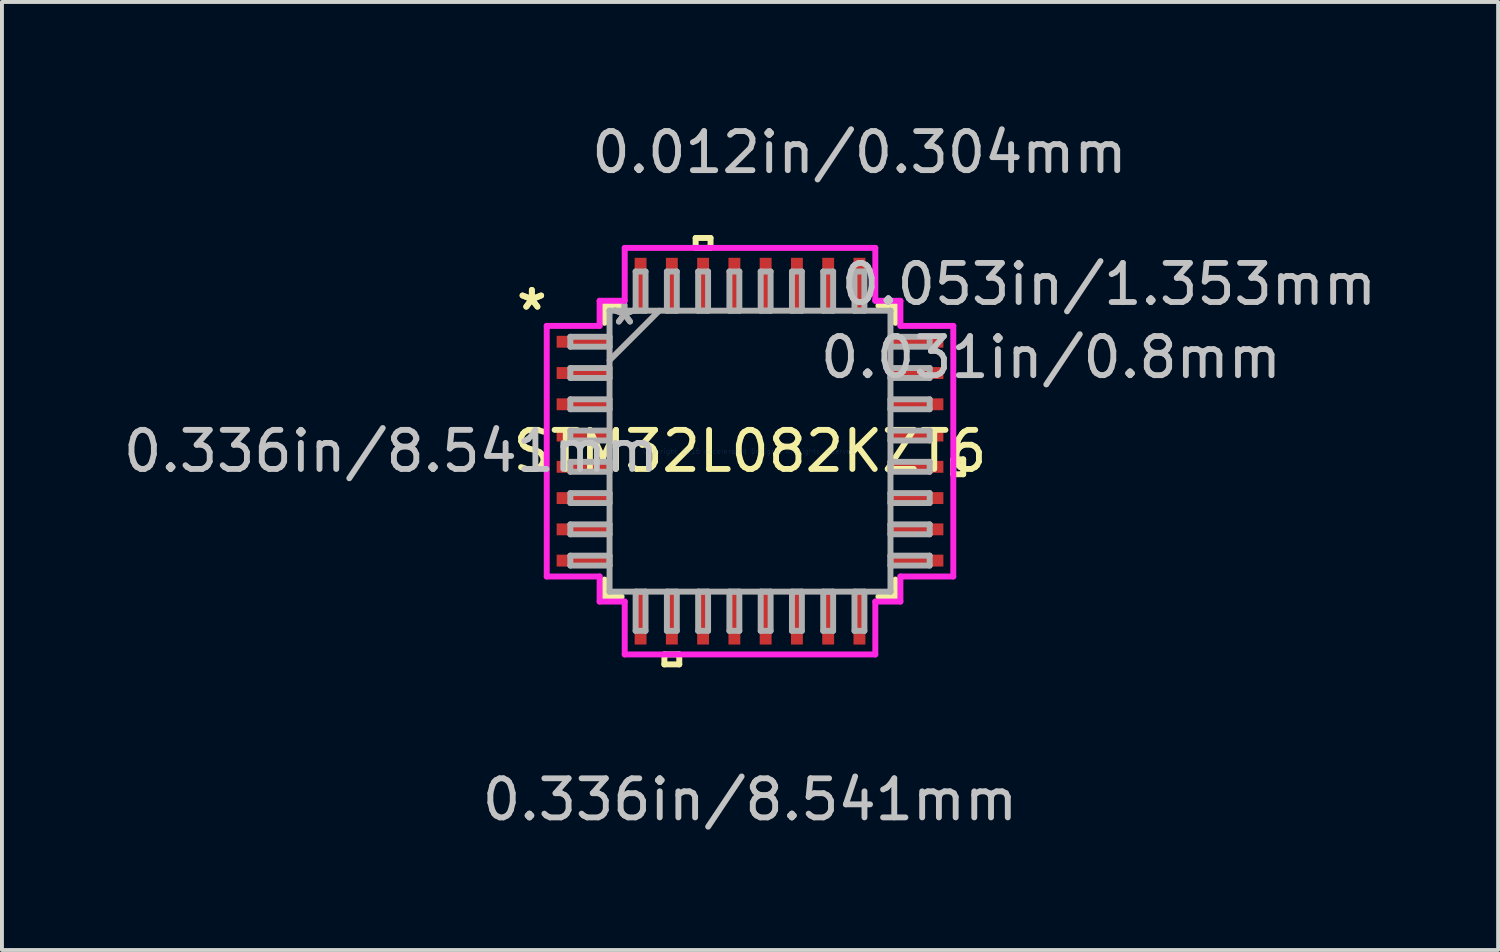
<source format=kicad_pcb>
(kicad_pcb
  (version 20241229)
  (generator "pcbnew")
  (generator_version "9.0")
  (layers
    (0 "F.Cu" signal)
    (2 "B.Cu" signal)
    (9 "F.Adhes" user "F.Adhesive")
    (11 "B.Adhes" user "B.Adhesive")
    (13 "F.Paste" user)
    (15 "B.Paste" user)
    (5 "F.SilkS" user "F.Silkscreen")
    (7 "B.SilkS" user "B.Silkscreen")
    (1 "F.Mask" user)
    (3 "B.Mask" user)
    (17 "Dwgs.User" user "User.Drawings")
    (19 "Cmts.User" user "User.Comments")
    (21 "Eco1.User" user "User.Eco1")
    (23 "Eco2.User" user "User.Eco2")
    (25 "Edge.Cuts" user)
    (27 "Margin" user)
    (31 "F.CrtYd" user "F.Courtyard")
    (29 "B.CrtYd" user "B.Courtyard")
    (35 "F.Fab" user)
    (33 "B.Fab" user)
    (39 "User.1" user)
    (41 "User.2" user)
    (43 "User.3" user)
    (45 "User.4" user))
  (footprint "STM32L082KZT6"
    (layer "F.Cu")
    (at 16.14 8.494)
    (property "Reference" "STM32L082KZT6" (at 0 0 0) (layer "F.SilkS") (effects (font (size 1 1) (thickness 0.15))))
    (attr through_hole)
    (fp_line (start -3.721 -3.721) (end -3.721 -3.285) (stroke (width 0.152) (type solid)) (layer "F.SilkS"))
    (fp_line (start -3.721 3.285) (end -3.721 3.721) (stroke (width 0.152) (type solid)) (layer "F.SilkS"))
    (fp_line (start -3.721 3.721) (end -3.285 3.721) (stroke (width 0.152) (type solid)) (layer "F.SilkS"))
    (fp_line (start -3.285 -3.721) (end -3.721 -3.721) (stroke (width 0.152) (type solid)) (layer "F.SilkS"))
    (fp_line (start -2.191 5.201) (end -2.191 5.455) (stroke (width 0.152) (type solid)) (layer "F.SilkS"))
    (fp_line (start -2.191 5.455) (end -1.81 5.455) (stroke (width 0.152) (type solid)) (layer "F.SilkS"))
    (fp_line (start -1.81 5.201) (end -2.191 5.201) (stroke (width 0.152) (type solid)) (layer "F.SilkS"))
    (fp_line (start -1.81 5.455) (end -1.81 5.201) (stroke (width 0.152) (type solid)) (layer "F.SilkS"))
    (fp_line (start -1.391 -5.455) (end -1.01 -5.455) (stroke (width 0.152) (type solid)) (layer "F.SilkS"))
    (fp_line (start -1.391 -5.201) (end -1.391 -5.455) (stroke (width 0.152) (type solid)) (layer "F.SilkS"))
    (fp_line (start -1.01 -5.455) (end -1.01 -5.201) (stroke (width 0.152) (type solid)) (layer "F.SilkS"))
    (fp_line (start -1.01 -5.201) (end -1.391 -5.201) (stroke (width 0.152) (type solid)) (layer "F.SilkS"))
    (fp_line (start 3.285 3.721) (end 3.721 3.721) (stroke (width 0.152) (type solid)) (layer "F.SilkS"))
    (fp_line (start 3.721 -3.721) (end 3.285 -3.721) (stroke (width 0.152) (type solid)) (layer "F.SilkS"))
    (fp_line (start 3.721 -3.285) (end 3.721 -3.721) (stroke (width 0.152) (type solid)) (layer "F.SilkS"))
    (fp_line (start 3.721 3.721) (end 3.721 3.285) (stroke (width 0.152) (type solid)) (layer "F.SilkS"))
    (fp_line (start 5.201 0.209) (end 5.455 0.209) (stroke (width 0.152) (type solid)) (layer "F.SilkS"))
    (fp_line (start 5.201 0.59) (end 5.201 0.209) (stroke (width 0.152) (type solid)) (layer "F.SilkS"))
    (fp_line (start 5.455 0.209) (end 5.455 0.59) (stroke (width 0.152) (type solid)) (layer "F.SilkS"))
    (fp_line (start 5.455 0.59) (end 5.201 0.59) (stroke (width 0.152) (type solid)) (layer "F.SilkS"))
    (fp_line (start -5.201 -3.206) (end -3.848 -3.206) (stroke (width 0.152) (type solid)) (layer "F.CrtYd"))
    (fp_line (start -5.201 3.206) (end -5.201 -3.206) (stroke (width 0.152) (type solid)) (layer "F.CrtYd"))
    (fp_line (start -3.848 -3.848) (end -3.206 -3.848) (stroke (width 0.152) (type solid)) (layer "F.CrtYd"))
    (fp_line (start -3.848 -3.206) (end -3.848 -3.848) (stroke (width 0.152) (type solid)) (layer "F.CrtYd"))
    (fp_line (start -3.848 3.206) (end -5.201 3.206) (stroke (width 0.152) (type solid)) (layer "F.CrtYd"))
    (fp_line (start -3.848 3.848) (end -3.848 3.206) (stroke (width 0.152) (type solid)) (layer "F.CrtYd"))
    (fp_line (start -3.206 -5.201) (end 3.206 -5.201) (stroke (width 0.152) (type solid)) (layer "F.CrtYd"))
    (fp_line (start -3.206 -3.848) (end -3.206 -5.201) (stroke (width 0.152) (type solid)) (layer "F.CrtYd"))
    (fp_line (start -3.206 3.848) (end -3.848 3.848) (stroke (width 0.152) (type solid)) (layer "F.CrtYd"))
    (fp_line (start -3.206 5.201) (end -3.206 3.848) (stroke (width 0.152) (type solid)) (layer "F.CrtYd"))
    (fp_line (start 3.206 -5.201) (end 3.206 -3.848) (stroke (width 0.152) (type solid)) (layer "F.CrtYd"))
    (fp_line (start 3.206 -3.848) (end 3.848 -3.848) (stroke (width 0.152) (type solid)) (layer "F.CrtYd"))
    (fp_line (start 3.206 3.848) (end 3.206 5.201) (stroke (width 0.152) (type solid)) (layer "F.CrtYd"))
    (fp_line (start 3.206 5.201) (end -3.206 5.201) (stroke (width 0.152) (type solid)) (layer "F.CrtYd"))
    (fp_line (start 3.848 -3.848) (end 3.848 -3.206) (stroke (width 0.152) (type solid)) (layer "F.CrtYd"))
    (fp_line (start 3.848 -3.206) (end 5.201 -3.206) (stroke (width 0.152) (type solid)) (layer "F.CrtYd"))
    (fp_line (start 3.848 3.206) (end 3.848 3.848) (stroke (width 0.152) (type solid)) (layer "F.CrtYd"))
    (fp_line (start 3.848 3.848) (end 3.206 3.848) (stroke (width 0.152) (type solid)) (layer "F.CrtYd"))
    (fp_line (start 5.201 -3.206) (end 5.201 3.206) (stroke (width 0.152) (type solid)) (layer "F.CrtYd"))
    (fp_line (start 5.201 3.206) (end 3.848 3.206) (stroke (width 0.152) (type solid)) (layer "F.CrtYd"))
    (fp_line (start -4.597 -2.927) (end -4.597 -2.673) (stroke (width 0.152) (type solid)) (layer "F.Fab"))
    (fp_line (start -4.597 -2.673) (end -3.594 -2.673) (stroke (width 0.152) (type solid)) (layer "F.Fab"))
    (fp_line (start -4.597 -2.127) (end -4.597 -1.873) (stroke (width 0.152) (type solid)) (layer "F.Fab"))
    (fp_line (start -4.597 -1.873) (end -3.594 -1.873) (stroke (width 0.152) (type solid)) (layer "F.Fab"))
    (fp_line (start -4.597 -1.327) (end -4.597 -1.073) (stroke (width 0.152) (type solid)) (layer "F.Fab"))
    (fp_line (start -4.597 -1.073) (end -3.594 -1.073) (stroke (width 0.152) (type solid)) (layer "F.Fab"))
    (fp_line (start -4.597 -0.527) (end -4.597 -0.273) (stroke (width 0.152) (type solid)) (layer "F.Fab"))
    (fp_line (start -4.597 -0.273) (end -3.594 -0.273) (stroke (width 0.152) (type solid)) (layer "F.Fab"))
    (fp_line (start -4.597 0.273) (end -4.597 0.527) (stroke (width 0.152) (type solid)) (layer "F.Fab"))
    (fp_line (start -4.597 0.527) (end -3.594 0.527) (stroke (width 0.152) (type solid)) (layer "F.Fab"))
    (fp_line (start -4.597 1.073) (end -4.597 1.327) (stroke (width 0.152) (type solid)) (layer "F.Fab"))
    (fp_line (start -4.597 1.327) (end -3.594 1.327) (stroke (width 0.152) (type solid)) (layer "F.Fab"))
    (fp_line (start -4.597 1.873) (end -4.597 2.127) (stroke (width 0.152) (type solid)) (layer "F.Fab"))
    (fp_line (start -4.597 2.127) (end -3.594 2.127) (stroke (width 0.152) (type solid)) (layer "F.Fab"))
    (fp_line (start -4.597 2.673) (end -4.597 2.927) (stroke (width 0.152) (type solid)) (layer "F.Fab"))
    (fp_line (start -4.597 2.927) (end -3.594 2.927) (stroke (width 0.152) (type solid)) (layer "F.Fab"))
    (fp_line (start -3.594 -3.594) (end -3.594 -3.594) (stroke (width 0.152) (type solid)) (layer "F.Fab"))
    (fp_line (start -3.594 -3.594) (end -3.594 3.594) (stroke (width 0.152) (type solid)) (layer "F.Fab"))
    (fp_line (start -3.594 -2.927) (end -4.597 -2.927) (stroke (width 0.152) (type solid)) (layer "F.Fab"))
    (fp_line (start -3.594 -2.673) (end -3.594 -2.927) (stroke (width 0.152) (type solid)) (layer "F.Fab"))
    (fp_line (start -3.594 -2.324) (end -2.324 -3.594) (stroke (width 0.152) (type solid)) (layer "F.Fab"))
    (fp_line (start -3.594 -2.127) (end -4.597 -2.127) (stroke (width 0.152) (type solid)) (layer "F.Fab"))
    (fp_line (start -3.594 -1.873) (end -3.594 -2.127) (stroke (width 0.152) (type solid)) (layer "F.Fab"))
    (fp_line (start -3.594 -1.327) (end -4.597 -1.327) (stroke (width 0.152) (type solid)) (layer "F.Fab"))
    (fp_line (start -3.594 -1.073) (end -3.594 -1.327) (stroke (width 0.152) (type solid)) (layer "F.Fab"))
    (fp_line (start -3.594 -0.527) (end -4.597 -0.527) (stroke (width 0.152) (type solid)) (layer "F.Fab"))
    (fp_line (start -3.594 -0.273) (end -3.594 -0.527) (stroke (width 0.152) (type solid)) (layer "F.Fab"))
    (fp_line (start -3.594 0.273) (end -4.597 0.273) (stroke (width 0.152) (type solid)) (layer "F.Fab"))
    (fp_line (start -3.594 0.527) (end -3.594 0.273) (stroke (width 0.152) (type solid)) (layer "F.Fab"))
    (fp_line (start -3.594 1.073) (end -4.597 1.073) (stroke (width 0.152) (type solid)) (layer "F.Fab"))
    (fp_line (start -3.594 1.327) (end -3.594 1.073) (stroke (width 0.152) (type solid)) (layer "F.Fab"))
    (fp_line (start -3.594 1.873) (end -4.597 1.873) (stroke (width 0.152) (type solid)) (layer "F.Fab"))
    (fp_line (start -3.594 2.127) (end -3.594 1.873) (stroke (width 0.152) (type solid)) (layer "F.Fab"))
    (fp_line (start -3.594 2.673) (end -4.597 2.673) (stroke (width 0.152) (type solid)) (layer "F.Fab"))
    (fp_line (start -3.594 2.927) (end -3.594 2.673) (stroke (width 0.152) (type solid)) (layer "F.Fab"))
    (fp_line (start -3.594 3.594) (end -3.594 3.594) (stroke (width 0.152) (type solid)) (layer "F.Fab"))
    (fp_line (start -3.594 3.594) (end 3.594 3.594) (stroke (width 0.152) (type solid)) (layer "F.Fab"))
    (fp_line (start -2.927 -4.597) (end -2.927 -3.594) (stroke (width 0.152) (type solid)) (layer "F.Fab"))
    (fp_line (start -2.927 -3.594) (end -2.673 -3.594) (stroke (width 0.152) (type solid)) (layer "F.Fab"))
    (fp_line (start -2.927 3.594) (end -2.927 4.597) (stroke (width 0.152) (type solid)) (layer "F.Fab"))
    (fp_line (start -2.927 4.597) (end -2.673 4.597) (stroke (width 0.152) (type solid)) (layer "F.Fab"))
    (fp_line (start -2.673 -4.597) (end -2.927 -4.597) (stroke (width 0.152) (type solid)) (layer "F.Fab"))
    (fp_line (start -2.673 -3.594) (end -2.673 -4.597) (stroke (width 0.152) (type solid)) (layer "F.Fab"))
    (fp_line (start -2.673 3.594) (end -2.927 3.594) (stroke (width 0.152) (type solid)) (layer "F.Fab"))
    (fp_line (start -2.673 4.597) (end -2.673 3.594) (stroke (width 0.152) (type solid)) (layer "F.Fab"))
    (fp_line (start -2.127 -4.597) (end -2.127 -3.594) (stroke (width 0.152) (type solid)) (layer "F.Fab"))
    (fp_line (start -2.127 -3.594) (end -1.873 -3.594) (stroke (width 0.152) (type solid)) (layer "F.Fab"))
    (fp_line (start -2.127 3.594) (end -2.127 4.597) (stroke (width 0.152) (type solid)) (layer "F.Fab"))
    (fp_line (start -2.127 4.597) (end -1.873 4.597) (stroke (width 0.152) (type solid)) (layer "F.Fab"))
    (fp_line (start -1.873 -4.597) (end -2.127 -4.597) (stroke (width 0.152) (type solid)) (layer "F.Fab"))
    (fp_line (start -1.873 -3.594) (end -1.873 -4.597) (stroke (width 0.152) (type solid)) (layer "F.Fab"))
    (fp_line (start -1.873 3.594) (end -2.127 3.594) (stroke (width 0.152) (type solid)) (layer "F.Fab"))
    (fp_line (start -1.873 4.597) (end -1.873 3.594) (stroke (width 0.152) (type solid)) (layer "F.Fab"))
    (fp_line (start -1.327 -4.597) (end -1.327 -3.594) (stroke (width 0.152) (type solid)) (layer "F.Fab"))
    (fp_line (start -1.327 -3.594) (end -1.073 -3.594) (stroke (width 0.152) (type solid)) (layer "F.Fab"))
    (fp_line (start -1.327 3.594) (end -1.327 4.597) (stroke (width 0.152) (type solid)) (layer "F.Fab"))
    (fp_line (start -1.327 4.597) (end -1.073 4.597) (stroke (width 0.152) (type solid)) (layer "F.Fab"))
    (fp_line (start -1.073 -4.597) (end -1.327 -4.597) (stroke (width 0.152) (type solid)) (layer "F.Fab"))
    (fp_line (start -1.073 -3.594) (end -1.073 -4.597) (stroke (width 0.152) (type solid)) (layer "F.Fab"))
    (fp_line (start -1.073 3.594) (end -1.327 3.594) (stroke (width 0.152) (type solid)) (layer "F.Fab"))
    (fp_line (start -1.073 4.597) (end -1.073 3.594) (stroke (width 0.152) (type solid)) (layer "F.Fab"))
    (fp_line (start -0.527 -4.597) (end -0.527 -3.594) (stroke (width 0.152) (type solid)) (layer "F.Fab"))
    (fp_line (start -0.527 -3.594) (end -0.273 -3.594) (stroke (width 0.152) (type solid)) (layer "F.Fab"))
    (fp_line (start -0.527 3.594) (end -0.527 4.597) (stroke (width 0.152) (type solid)) (layer "F.Fab"))
    (fp_line (start -0.527 4.597) (end -0.273 4.597) (stroke (width 0.152) (type solid)) (layer "F.Fab"))
    (fp_line (start -0.273 -4.597) (end -0.527 -4.597) (stroke (width 0.152) (type solid)) (layer "F.Fab"))
    (fp_line (start -0.273 -3.594) (end -0.273 -4.597) (stroke (width 0.152) (type solid)) (layer "F.Fab"))
    (fp_line (start -0.273 3.594) (end -0.527 3.594) (stroke (width 0.152) (type solid)) (layer "F.Fab"))
    (fp_line (start -0.273 4.597) (end -0.273 3.594) (stroke (width 0.152) (type solid)) (layer "F.Fab"))
    (fp_line (start 0.273 -4.597) (end 0.273 -3.594) (stroke (width 0.152) (type solid)) (layer "F.Fab"))
    (fp_line (start 0.273 -3.594) (end 0.527 -3.594) (stroke (width 0.152) (type solid)) (layer "F.Fab"))
    (fp_line (start 0.273 3.594) (end 0.273 4.597) (stroke (width 0.152) (type solid)) (layer "F.Fab"))
    (fp_line (start 0.273 4.597) (end 0.527 4.597) (stroke (width 0.152) (type solid)) (layer "F.Fab"))
    (fp_line (start 0.527 -4.597) (end 0.273 -4.597) (stroke (width 0.152) (type solid)) (layer "F.Fab"))
    (fp_line (start 0.527 -3.594) (end 0.527 -4.597) (stroke (width 0.152) (type solid)) (layer "F.Fab"))
    (fp_line (start 0.527 3.594) (end 0.273 3.594) (stroke (width 0.152) (type solid)) (layer "F.Fab"))
    (fp_line (start 0.527 4.597) (end 0.527 3.594) (stroke (width 0.152) (type solid)) (layer "F.Fab"))
    (fp_line (start 1.073 -4.597) (end 1.073 -3.594) (stroke (width 0.152) (type solid)) (layer "F.Fab"))
    (fp_line (start 1.073 -3.594) (end 1.327 -3.594) (stroke (width 0.152) (type solid)) (layer "F.Fab"))
    (fp_line (start 1.073 3.594) (end 1.073 4.597) (stroke (width 0.152) (type solid)) (layer "F.Fab"))
    (fp_line (start 1.073 4.597) (end 1.327 4.597) (stroke (width 0.152) (type solid)) (layer "F.Fab"))
    (fp_line (start 1.327 -4.597) (end 1.073 -4.597) (stroke (width 0.152) (type solid)) (layer "F.Fab"))
    (fp_line (start 1.327 -3.594) (end 1.327 -4.597) (stroke (width 0.152) (type solid)) (layer "F.Fab"))
    (fp_line (start 1.327 3.594) (end 1.073 3.594) (stroke (width 0.152) (type solid)) (layer "F.Fab"))
    (fp_line (start 1.327 4.597) (end 1.327 3.594) (stroke (width 0.152) (type solid)) (layer "F.Fab"))
    (fp_line (start 1.873 -4.597) (end 1.873 -3.594) (stroke (width 0.152) (type solid)) (layer "F.Fab"))
    (fp_line (start 1.873 -3.594) (end 2.127 -3.594) (stroke (width 0.152) (type solid)) (layer "F.Fab"))
    (fp_line (start 1.873 3.594) (end 1.873 4.597) (stroke (width 0.152) (type solid)) (layer "F.Fab"))
    (fp_line (start 1.873 4.597) (end 2.127 4.597) (stroke (width 0.152) (type solid)) (layer "F.Fab"))
    (fp_line (start 2.127 -4.597) (end 1.873 -4.597) (stroke (width 0.152) (type solid)) (layer "F.Fab"))
    (fp_line (start 2.127 -3.594) (end 2.127 -4.597) (stroke (width 0.152) (type solid)) (layer "F.Fab"))
    (fp_line (start 2.127 3.594) (end 1.873 3.594) (stroke (width 0.152) (type solid)) (layer "F.Fab"))
    (fp_line (start 2.127 4.597) (end 2.127 3.594) (stroke (width 0.152) (type solid)) (layer "F.Fab"))
    (fp_line (start 2.673 -4.597) (end 2.673 -3.594) (stroke (width 0.152) (type solid)) (layer "F.Fab"))
    (fp_line (start 2.673 -3.594) (end 2.927 -3.594) (stroke (width 0.152) (type solid)) (layer "F.Fab"))
    (fp_line (start 2.673 3.594) (end 2.673 4.597) (stroke (width 0.152) (type solid)) (layer "F.Fab"))
    (fp_line (start 2.673 4.597) (end 2.927 4.597) (stroke (width 0.152) (type solid)) (layer "F.Fab"))
    (fp_line (start 2.927 -4.597) (end 2.673 -4.597) (stroke (width 0.152) (type solid)) (layer "F.Fab"))
    (fp_line (start 2.927 -3.594) (end 2.927 -4.597) (stroke (width 0.152) (type solid)) (layer "F.Fab"))
    (fp_line (start 2.927 3.594) (end 2.673 3.594) (stroke (width 0.152) (type solid)) (layer "F.Fab"))
    (fp_line (start 2.927 4.597) (end 2.927 3.594) (stroke (width 0.152) (type solid)) (layer "F.Fab"))
    (fp_line (start 3.594 -3.594) (end -3.594 -3.594) (stroke (width 0.152) (type solid)) (layer "F.Fab"))
    (fp_line (start 3.594 -3.594) (end 3.594 -3.594) (stroke (width 0.152) (type solid)) (layer "F.Fab"))
    (fp_line (start 3.594 -2.927) (end 3.594 -2.673) (stroke (width 0.152) (type solid)) (layer "F.Fab"))
    (fp_line (start 3.594 -2.673) (end 4.597 -2.673) (stroke (width 0.152) (type solid)) (layer "F.Fab"))
    (fp_line (start 3.594 -2.127) (end 3.594 -1.873) (stroke (width 0.152) (type solid)) (layer "F.Fab"))
    (fp_line (start 3.594 -1.873) (end 4.597 -1.873) (stroke (width 0.152) (type solid)) (layer "F.Fab"))
    (fp_line (start 3.594 -1.327) (end 3.594 -1.073) (stroke (width 0.152) (type solid)) (layer "F.Fab"))
    (fp_line (start 3.594 -1.073) (end 4.597 -1.073) (stroke (width 0.152) (type solid)) (layer "F.Fab"))
    (fp_line (start 3.594 -0.527) (end 3.594 -0.273) (stroke (width 0.152) (type solid)) (layer "F.Fab"))
    (fp_line (start 3.594 -0.273) (end 4.597 -0.273) (stroke (width 0.152) (type solid)) (layer "F.Fab"))
    (fp_line (start 3.594 0.273) (end 3.594 0.527) (stroke (width 0.152) (type solid)) (layer "F.Fab"))
    (fp_line (start 3.594 0.527) (end 4.597 0.527) (stroke (width 0.152) (type solid)) (layer "F.Fab"))
    (fp_line (start 3.594 1.073) (end 3.594 1.327) (stroke (width 0.152) (type solid)) (layer "F.Fab"))
    (fp_line (start 3.594 1.327) (end 4.597 1.327) (stroke (width 0.152) (type solid)) (layer "F.Fab"))
    (fp_line (start 3.594 1.873) (end 3.594 2.127) (stroke (width 0.152) (type solid)) (layer "F.Fab"))
    (fp_line (start 3.594 2.127) (end 4.597 2.127) (stroke (width 0.152) (type solid)) (layer "F.Fab"))
    (fp_line (start 3.594 2.673) (end 3.594 2.927) (stroke (width 0.152) (type solid)) (layer "F.Fab"))
    (fp_line (start 3.594 2.927) (end 4.597 2.927) (stroke (width 0.152) (type solid)) (layer "F.Fab"))
    (fp_line (start 3.594 3.594) (end 3.594 -3.594) (stroke (width 0.152) (type solid)) (layer "F.Fab"))
    (fp_line (start 3.594 3.594) (end 3.594 3.594) (stroke (width 0.152) (type solid)) (layer "F.Fab"))
    (fp_line (start 4.597 -2.927) (end 3.594 -2.927) (stroke (width 0.152) (type solid)) (layer "F.Fab"))
    (fp_line (start 4.597 -2.673) (end 4.597 -2.927) (stroke (width 0.152) (type solid)) (layer "F.Fab"))
    (fp_line (start 4.597 -2.127) (end 3.594 -2.127) (stroke (width 0.152) (type solid)) (layer "F.Fab"))
    (fp_line (start 4.597 -1.873) (end 4.597 -2.127) (stroke (width 0.152) (type solid)) (layer "F.Fab"))
    (fp_line (start 4.597 -1.327) (end 3.594 -1.327) (stroke (width 0.152) (type solid)) (layer "F.Fab"))
    (fp_line (start 4.597 -1.073) (end 4.597 -1.327) (stroke (width 0.152) (type solid)) (layer "F.Fab"))
    (fp_line (start 4.597 -0.527) (end 3.594 -0.527) (stroke (width 0.152) (type solid)) (layer "F.Fab"))
    (fp_line (start 4.597 -0.273) (end 4.597 -0.527) (stroke (width 0.152) (type solid)) (layer "F.Fab"))
    (fp_line (start 4.597 0.273) (end 3.594 0.273) (stroke (width 0.152) (type solid)) (layer "F.Fab"))
    (fp_line (start 4.597 0.527) (end 4.597 0.273) (stroke (width 0.152) (type solid)) (layer "F.Fab"))
    (fp_line (start 4.597 1.073) (end 3.594 1.073) (stroke (width 0.152) (type solid)) (layer "F.Fab"))
    (fp_line (start 4.597 1.327) (end 4.597 1.073) (stroke (width 0.152) (type solid)) (layer "F.Fab"))
    (fp_line (start 4.597 1.873) (end 3.594 1.873) (stroke (width 0.152) (type solid)) (layer "F.Fab"))
    (fp_line (start 4.597 2.127) (end 4.597 1.873) (stroke (width 0.152) (type solid)) (layer "F.Fab"))
    (fp_line (start 4.597 2.673) (end 3.594 2.673) (stroke (width 0.152) (type solid)) (layer "F.Fab"))
    (fp_line (start 4.597 2.927) (end 4.597 2.673) (stroke (width 0.152) (type solid)) (layer "F.Fab"))
    (fp_text user "*" (at -5.582 -3.581 0) (layer "F.SilkS") (effects (font (size 1 1) (thickness 0.15))))
    (fp_text user "*" (at -5.582 -3.581 0) (layer "F.SilkS") (effects (font (size 1 1) (thickness 0.15))))
    (fp_text user "0.053in/1.353mm" (at 9.182 -4.271 0) (layer "Dwgs.User") (effects (font (size 1 1) (thickness 0.15))))
    (fp_text user "0.336in/8.541mm" (at -9.182 0 0) (layer "Dwgs.User") (effects (font (size 1 1) (thickness 0.15))))
    (fp_text user "0.336in/8.541mm" (at 0 8.915 0) (layer "Dwgs.User") (effects (font (size 1 1) (thickness 0.15))))
    (fp_text user "0.012in/0.304mm" (at 2.8 -7.645 0) (layer "Dwgs.User") (effects (font (size 1 1) (thickness 0.15))))
    (fp_text user "0.031in/0.8mm" (at 7.7 -2.4 0) (layer "Dwgs.User") (effects (font (size 1 1) (thickness 0.15))))
    (fp_text user "Copyright 2016 Accelerated Designs. All rights reserved." (at 0 0 0) (layer "Cmts.User") (effects (font (size 0.127 0.127) (thickness 0.002))))
    (fp_text user "*" (at -3.213 -3.2 0) (layer "F.Fab") (effects (font (size 1 1) (thickness 0.15))))
    (fp_text user "*" (at -3.213 -3.2 0) (layer "F.Fab") (effects (font (size 1 1) (thickness 0.15))))
    (pad "1" smd rect (at -4.271 -2.8 90) (size 0.304 1.353) (layers "F.Cu" "F.Mask" "F.Paste"))
    (pad "2" smd rect (at -4.271 -2 90) (size 0.304 1.353) (layers "F.Cu" "F.Mask" "F.Paste"))
    (pad "3" smd rect (at -4.271 -1.2 90) (size 0.304 1.353) (layers "F.Cu" "F.Mask" "F.Paste"))
    (pad "4" smd rect (at -4.271 -0.4 90) (size 0.304 1.353) (layers "F.Cu" "F.Mask" "F.Paste"))
    (pad "5" smd rect (at -4.271 0.4 90) (size 0.304 1.353) (layers "F.Cu" "F.Mask" "F.Paste"))
    (pad "6" smd rect (at -4.271 1.2 90) (size 0.304 1.353) (layers "F.Cu" "F.Mask" "F.Paste"))
    (pad "7" smd rect (at -4.271 2 90) (size 0.304 1.353) (layers "F.Cu" "F.Mask" "F.Paste"))
    (pad "8" smd rect (at -4.271 2.8 90) (size 0.304 1.353) (layers "F.Cu" "F.Mask" "F.Paste"))
    (pad "9" smd rect (at -2.8 4.271) (size 0.304 1.353) (layers "F.Cu" "F.Mask" "F.Paste"))
    (pad "10" smd rect (at -2 4.271) (size 0.304 1.353) (layers "F.Cu" "F.Mask" "F.Paste"))
    (pad "11" smd rect (at -1.2 4.271) (size 0.304 1.353) (layers "F.Cu" "F.Mask" "F.Paste"))
    (pad "12" smd rect (at -0.4 4.271) (size 0.304 1.353) (layers "F.Cu" "F.Mask" "F.Paste"))
    (pad "13" smd rect (at 0.4 4.271) (size 0.304 1.353) (layers "F.Cu" "F.Mask" "F.Paste"))
    (pad "14" smd rect (at 1.2 4.271) (size 0.304 1.353) (layers "F.Cu" "F.Mask" "F.Paste"))
    (pad "15" smd rect (at 2 4.271) (size 0.304 1.353) (layers "F.Cu" "F.Mask" "F.Paste"))
    (pad "16" smd rect (at 2.8 4.271) (size 0.304 1.353) (layers "F.Cu" "F.Mask" "F.Paste"))
    (pad "17" smd rect (at 4.271 2.8 90) (size 0.304 1.353) (layers "F.Cu" "F.Mask" "F.Paste"))
    (pad "18" smd rect (at 4.271 2 90) (size 0.304 1.353) (layers "F.Cu" "F.Mask" "F.Paste"))
    (pad "19" smd rect (at 4.271 1.2 90) (size 0.304 1.353) (layers "F.Cu" "F.Mask" "F.Paste"))
    (pad "20" smd rect (at 4.271 0.4 90) (size 0.304 1.353) (layers "F.Cu" "F.Mask" "F.Paste"))
    (pad "21" smd rect (at 4.271 -0.4 90) (size 0.304 1.353) (layers "F.Cu" "F.Mask" "F.Paste"))
    (pad "22" smd rect (at 4.271 -1.2 90) (size 0.304 1.353) (layers "F.Cu" "F.Mask" "F.Paste"))
    (pad "23" smd rect (at 4.271 -2 90) (size 0.304 1.353) (layers "F.Cu" "F.Mask" "F.Paste"))
    (pad "24" smd rect (at 4.271 -2.8 90) (size 0.304 1.353) (layers "F.Cu" "F.Mask" "F.Paste"))
    (pad "25" smd rect (at 2.8 -4.271) (size 0.304 1.353) (layers "F.Cu" "F.Mask" "F.Paste"))
    (pad "26" smd rect (at 2 -4.271) (size 0.304 1.353) (layers "F.Cu" "F.Mask" "F.Paste"))
    (pad "27" smd rect (at 1.2 -4.271) (size 0.304 1.353) (layers "F.Cu" "F.Mask" "F.Paste"))
    (pad "28" smd rect (at 0.4 -4.271) (size 0.304 1.353) (layers "F.Cu" "F.Mask" "F.Paste"))
    (pad "29" smd rect (at -0.4 -4.271) (size 0.304 1.353) (layers "F.Cu" "F.Mask" "F.Paste"))
    (pad "30" smd rect (at -1.2 -4.271) (size 0.304 1.353) (layers "F.Cu" "F.Mask" "F.Paste"))
    (pad "31" smd rect (at -2 -4.271) (size 0.304 1.353) (layers "F.Cu" "F.Mask" "F.Paste"))
    (pad "32" smd rect (at -2.8 -4.271) (size 0.304 1.353) (layers "F.Cu" "F.Mask" "F.Paste")))
  (gr_rect
    (start -3 -3)
    (end 35.281 21.257)
    (stroke (width 0.1) (type default))
    (fill no)
    (layer "Edge.Cuts")))
</source>
